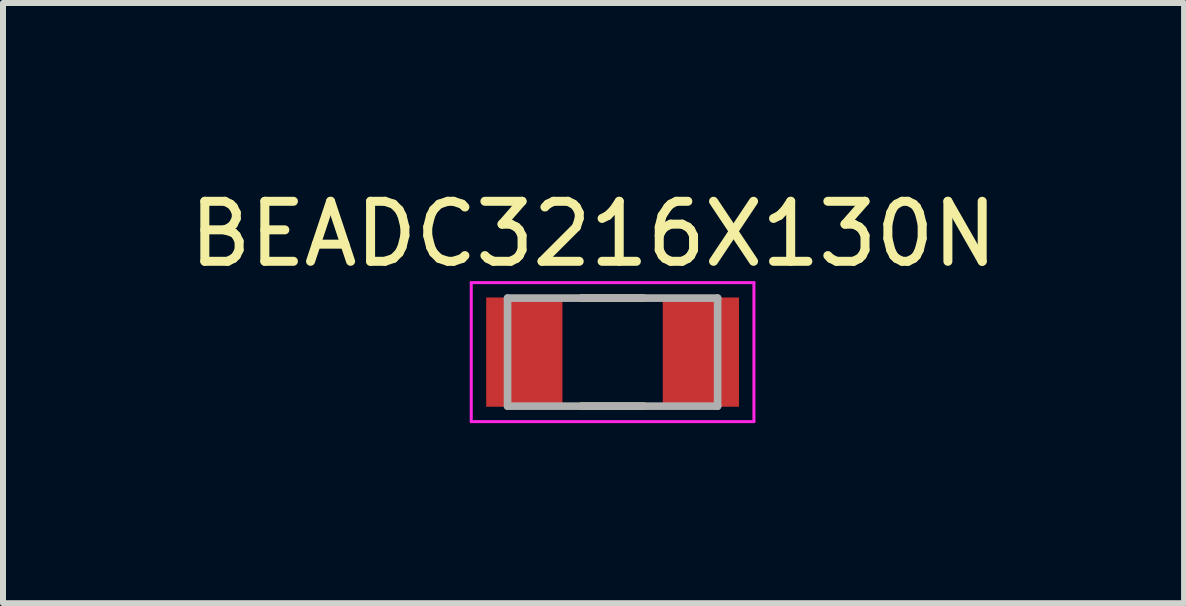
<source format=kicad_pcb>
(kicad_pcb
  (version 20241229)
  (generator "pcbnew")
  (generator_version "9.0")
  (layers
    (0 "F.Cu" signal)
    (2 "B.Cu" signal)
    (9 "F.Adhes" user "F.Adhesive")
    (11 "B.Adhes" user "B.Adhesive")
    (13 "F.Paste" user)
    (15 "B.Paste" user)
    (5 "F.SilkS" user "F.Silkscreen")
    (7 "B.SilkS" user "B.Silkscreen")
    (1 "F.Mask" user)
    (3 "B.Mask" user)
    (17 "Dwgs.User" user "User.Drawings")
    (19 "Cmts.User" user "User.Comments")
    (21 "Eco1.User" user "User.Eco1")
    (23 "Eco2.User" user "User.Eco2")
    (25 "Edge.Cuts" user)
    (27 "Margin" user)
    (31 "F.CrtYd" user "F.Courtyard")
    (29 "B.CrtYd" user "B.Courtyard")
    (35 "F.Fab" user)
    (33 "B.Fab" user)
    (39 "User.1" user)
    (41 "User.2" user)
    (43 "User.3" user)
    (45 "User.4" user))
  (footprint "BEADC3216X130N"
    (layer "F.Cu")
    (at 7.157 2.817)
    (property "Reference" "BEADC3216X130N" (at -0.318 -1.968 0) (layer "F.SilkS") (effects (font (size 1 1) (thickness 0.15))))
    (attr through_hole)
    (fp_line (start -0.52 -0.9) (end 0.52 -0.9) (stroke (width 0.127) (type solid)) (layer "F.SilkS"))
    (fp_line (start -0.52 0.9) (end 0.52 0.9) (stroke (width 0.127) (type solid)) (layer "F.SilkS"))
    (fp_line (start -2.355 -1.158) (end 2.355 -1.158) (stroke (width 0.05) (type solid)) (layer "F.CrtYd"))
    (fp_line (start -2.355 1.158) (end -2.355 -1.158) (stroke (width 0.05) (type solid)) (layer "F.CrtYd"))
    (fp_line (start -2.355 1.158) (end 2.355 1.158) (stroke (width 0.05) (type solid)) (layer "F.CrtYd"))
    (fp_line (start 2.355 1.158) (end 2.355 -1.158) (stroke (width 0.05) (type solid)) (layer "F.CrtYd"))
    (fp_line (start -1.75 0.9) (end -1.75 -0.9) (stroke (width 0.127) (type solid)) (layer "F.Fab"))
    (fp_line (start 1.75 -0.9) (end -1.75 -0.9) (stroke (width 0.127) (type solid)) (layer "F.Fab"))
    (fp_line (start 1.75 0.9) (end -1.75 0.9) (stroke (width 0.127) (type solid)) (layer "F.Fab"))
    (fp_line (start 1.75 0.9) (end 1.75 -0.9) (stroke (width 0.127) (type solid)) (layer "F.Fab"))
    (pad "1" smd rect (at -1.471 0) (size 1.27 1.82) (layers "F.Cu" "F.Mask" "F.Paste"))
    (pad "2" smd rect (at 1.471 0) (size 1.27 1.82) (layers "F.Cu" "F.Mask" "F.Paste")))
  (gr_rect
    (start -3 -3)
    (end 16.679 7)
    (stroke (width 0.1) (type default))
    (fill no)
    (layer "Edge.Cuts")))
</source>
